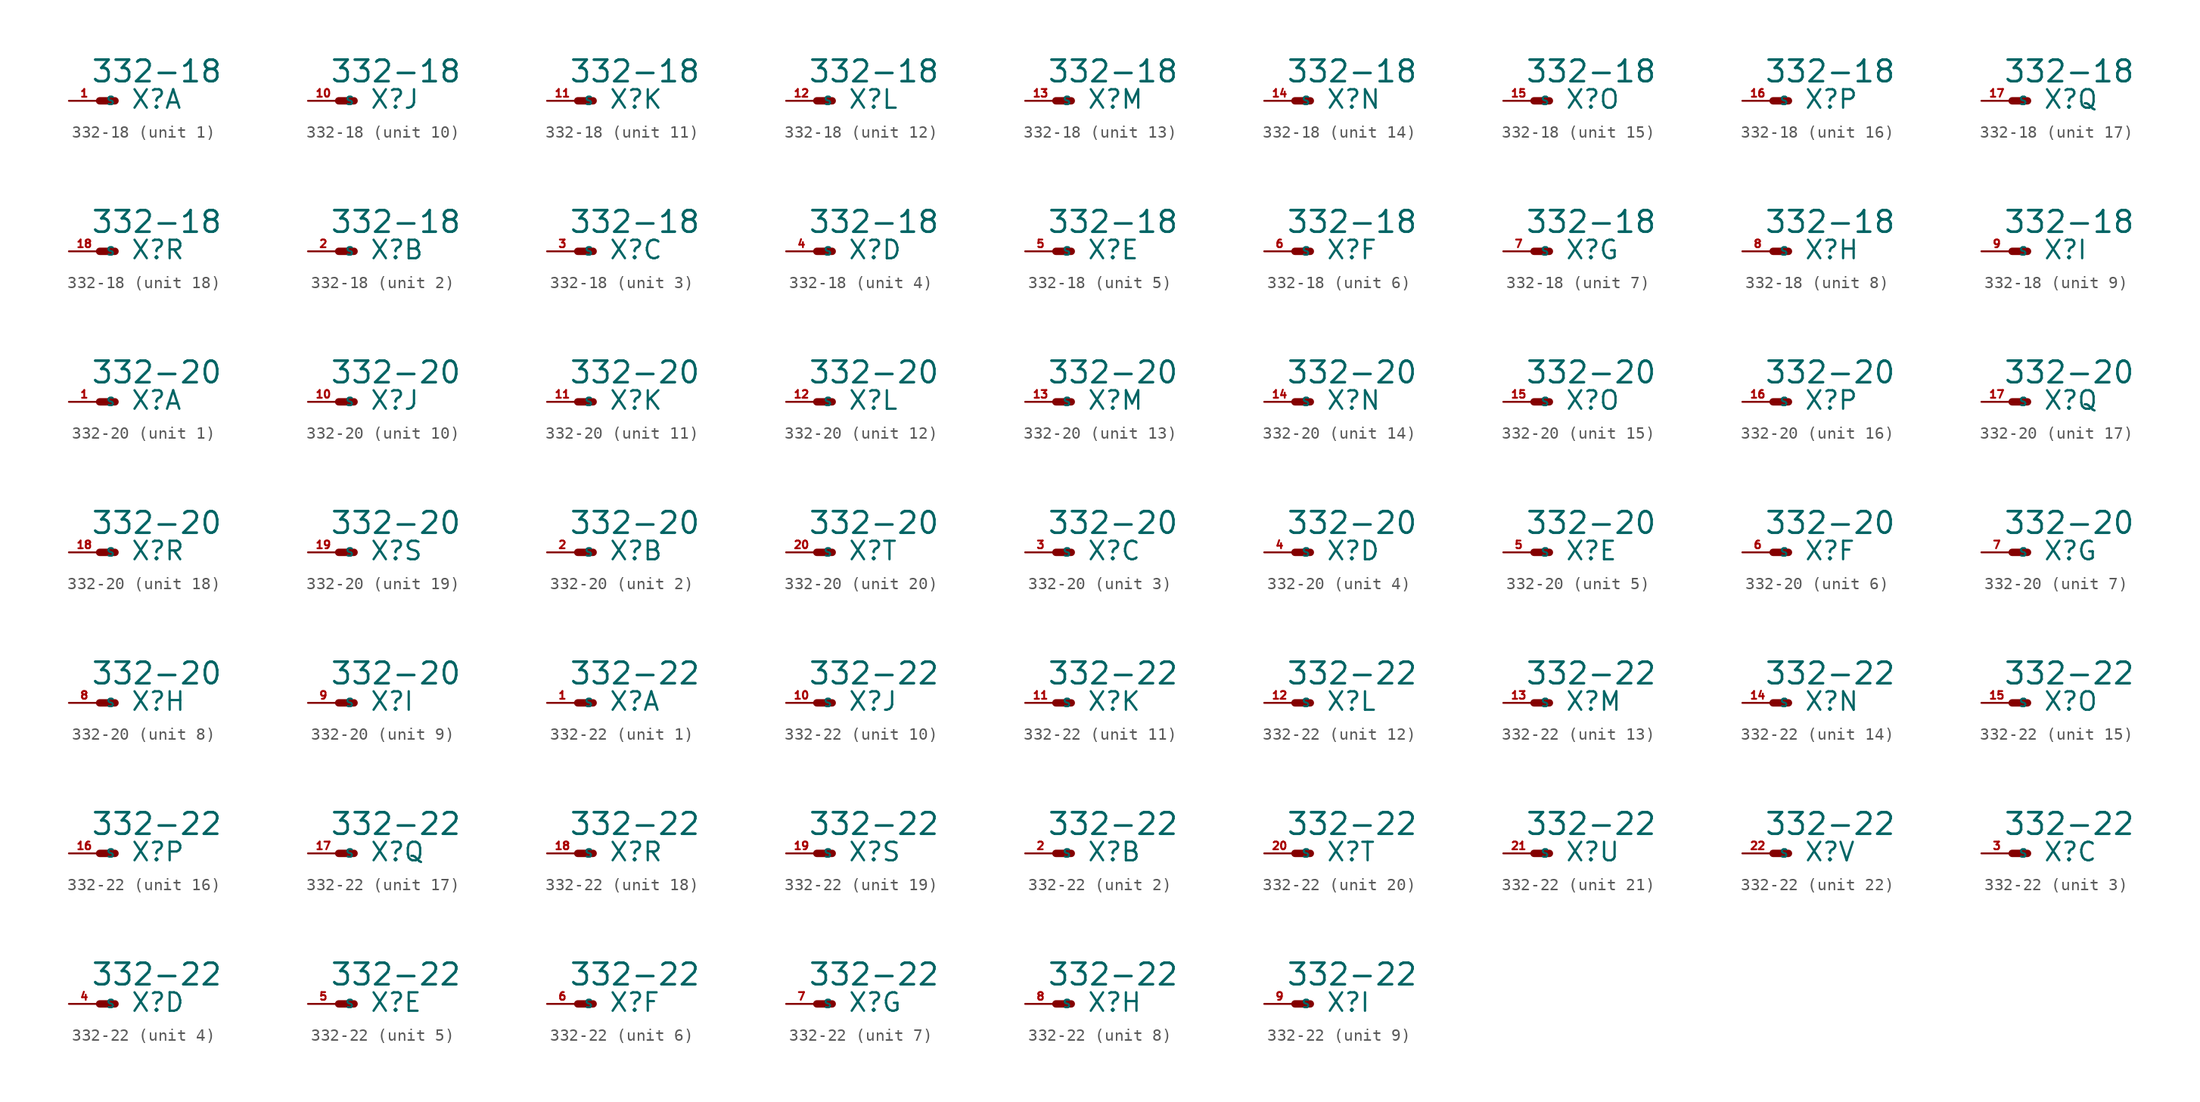
<source format=kicad_sym>
(kicad_symbol_lib
  (version 20220914)
  (generator Eagle2Kicad)
  (symbol "332-18"
    (property "Reference" "X"
      (at 2.54 -0.762 0)
      (effects (font (size 1.524 1.524) (thickness 0.19)) (justify left bottom)))
    (property "Value" "332-18"
      (at -0.762 1.397 0)
      (effects (font (size 1.778 1.778) (thickness 0.22)) (justify left bottom)))
    (symbol "332-18_1_0"
      (polyline (pts (xy 1.27 0) (xy 0 0)) (stroke (width 0.61) (type default)) (fill (type none)))
      (pin passive line (at -2.54 0 0) (length 2.54) (name "S" (effects (font (size 0.635 0.635) (thickness 0.08)) (justify left bottom))) (number "1" (effects (font (size 0.635 0.635) (thickness 0.08)) (justify left bottom)))))
    (symbol "332-18_2_0"
      (polyline (pts (xy 1.27 0) (xy 0 0)) (stroke (width 0.61) (type default)) (fill (type none)))
      (pin passive line (at -2.54 0 0) (length 2.54) (name "S" (effects (font (size 0.635 0.635) (thickness 0.08)) (justify left bottom))) (number "2" (effects (font (size 0.635 0.635) (thickness 0.08)) (justify left bottom)))))
    (symbol "332-18_3_0"
      (polyline (pts (xy 1.27 0) (xy 0 0)) (stroke (width 0.61) (type default)) (fill (type none)))
      (pin passive line (at -2.54 0 0) (length 2.54) (name "S" (effects (font (size 0.635 0.635) (thickness 0.08)) (justify left bottom))) (number "3" (effects (font (size 0.635 0.635) (thickness 0.08)) (justify left bottom)))))
    (symbol "332-18_4_0"
      (polyline (pts (xy 1.27 0) (xy 0 0)) (stroke (width 0.61) (type default)) (fill (type none)))
      (pin passive line (at -2.54 0 0) (length 2.54) (name "S" (effects (font (size 0.635 0.635) (thickness 0.08)) (justify left bottom))) (number "4" (effects (font (size 0.635 0.635) (thickness 0.08)) (justify left bottom)))))
    (symbol "332-18_5_0"
      (polyline (pts (xy 1.27 0) (xy 0 0)) (stroke (width 0.61) (type default)) (fill (type none)))
      (pin passive line (at -2.54 0 0) (length 2.54) (name "S" (effects (font (size 0.635 0.635) (thickness 0.08)) (justify left bottom))) (number "5" (effects (font (size 0.635 0.635) (thickness 0.08)) (justify left bottom)))))
    (symbol "332-18_6_0"
      (polyline (pts (xy 1.27 0) (xy 0 0)) (stroke (width 0.61) (type default)) (fill (type none)))
      (pin passive line (at -2.54 0 0) (length 2.54) (name "S" (effects (font (size 0.635 0.635) (thickness 0.08)) (justify left bottom))) (number "6" (effects (font (size 0.635 0.635) (thickness 0.08)) (justify left bottom)))))
    (symbol "332-18_7_0"
      (polyline (pts (xy 1.27 0) (xy 0 0)) (stroke (width 0.61) (type default)) (fill (type none)))
      (pin passive line (at -2.54 0 0) (length 2.54) (name "S" (effects (font (size 0.635 0.635) (thickness 0.08)) (justify left bottom))) (number "7" (effects (font (size 0.635 0.635) (thickness 0.08)) (justify left bottom)))))
    (symbol "332-18_8_0"
      (polyline (pts (xy 1.27 0) (xy 0 0)) (stroke (width 0.61) (type default)) (fill (type none)))
      (pin passive line (at -2.54 0 0) (length 2.54) (name "S" (effects (font (size 0.635 0.635) (thickness 0.08)) (justify left bottom))) (number "8" (effects (font (size 0.635 0.635) (thickness 0.08)) (justify left bottom)))))
    (symbol "332-18_9_0"
      (polyline (pts (xy 1.27 0) (xy 0 0)) (stroke (width 0.61) (type default)) (fill (type none)))
      (pin passive line (at -2.54 0 0) (length 2.54) (name "S" (effects (font (size 0.635 0.635) (thickness 0.08)) (justify left bottom))) (number "9" (effects (font (size 0.635 0.635) (thickness 0.08)) (justify left bottom)))))
    (symbol "332-18_10_0"
      (polyline (pts (xy 1.27 0) (xy 0 0)) (stroke (width 0.61) (type default)) (fill (type none)))
      (pin passive line (at -2.54 0 0) (length 2.54) (name "S" (effects (font (size 0.635 0.635) (thickness 0.08)) (justify left bottom))) (number "10" (effects (font (size 0.635 0.635) (thickness 0.08)) (justify left bottom)))))
    (symbol "332-18_11_0"
      (polyline (pts (xy 1.27 0) (xy 0 0)) (stroke (width 0.61) (type default)) (fill (type none)))
      (pin passive line (at -2.54 0 0) (length 2.54) (name "S" (effects (font (size 0.635 0.635) (thickness 0.08)) (justify left bottom))) (number "11" (effects (font (size 0.635 0.635) (thickness 0.08)) (justify left bottom)))))
    (symbol "332-18_12_0"
      (polyline (pts (xy 1.27 0) (xy 0 0)) (stroke (width 0.61) (type default)) (fill (type none)))
      (pin passive line (at -2.54 0 0) (length 2.54) (name "S" (effects (font (size 0.635 0.635) (thickness 0.08)) (justify left bottom))) (number "12" (effects (font (size 0.635 0.635) (thickness 0.08)) (justify left bottom)))))
    (symbol "332-18_13_0"
      (polyline (pts (xy 1.27 0) (xy 0 0)) (stroke (width 0.61) (type default)) (fill (type none)))
      (pin passive line (at -2.54 0 0) (length 2.54) (name "S" (effects (font (size 0.635 0.635) (thickness 0.08)) (justify left bottom))) (number "13" (effects (font (size 0.635 0.635) (thickness 0.08)) (justify left bottom)))))
    (symbol "332-18_14_0"
      (polyline (pts (xy 1.27 0) (xy 0 0)) (stroke (width 0.61) (type default)) (fill (type none)))
      (pin passive line (at -2.54 0 0) (length 2.54) (name "S" (effects (font (size 0.635 0.635) (thickness 0.08)) (justify left bottom))) (number "14" (effects (font (size 0.635 0.635) (thickness 0.08)) (justify left bottom)))))
    (symbol "332-18_15_0"
      (polyline (pts (xy 1.27 0) (xy 0 0)) (stroke (width 0.61) (type default)) (fill (type none)))
      (pin passive line (at -2.54 0 0) (length 2.54) (name "S" (effects (font (size 0.635 0.635) (thickness 0.08)) (justify left bottom))) (number "15" (effects (font (size 0.635 0.635) (thickness 0.08)) (justify left bottom)))))
    (symbol "332-18_16_0"
      (polyline (pts (xy 1.27 0) (xy 0 0)) (stroke (width 0.61) (type default)) (fill (type none)))
      (pin passive line (at -2.54 0 0) (length 2.54) (name "S" (effects (font (size 0.635 0.635) (thickness 0.08)) (justify left bottom))) (number "16" (effects (font (size 0.635 0.635) (thickness 0.08)) (justify left bottom)))))
    (symbol "332-18_17_0"
      (polyline (pts (xy 1.27 0) (xy 0 0)) (stroke (width 0.61) (type default)) (fill (type none)))
      (pin passive line (at -2.54 0 0) (length 2.54) (name "S" (effects (font (size 0.635 0.635) (thickness 0.08)) (justify left bottom))) (number "17" (effects (font (size 0.635 0.635) (thickness 0.08)) (justify left bottom)))))
    (symbol "332-18_18_0"
      (polyline (pts (xy 1.27 0) (xy 0 0)) (stroke (width 0.61) (type default)) (fill (type none)))
      (pin passive line (at -2.54 0 0) (length 2.54) (name "S" (effects (font (size 0.635 0.635) (thickness 0.08)) (justify left bottom))) (number "18" (effects (font (size 0.635 0.635) (thickness 0.08)) (justify left bottom))))))
  (symbol "332-20"
    (property "Reference" "X"
      (at 2.54 -0.762 0)
      (effects (font (size 1.524 1.524) (thickness 0.19)) (justify left bottom)))
    (property "Value" "332-20"
      (at -0.762 1.397 0)
      (effects (font (size 1.778 1.778) (thickness 0.22)) (justify left bottom)))
    (symbol "332-20_1_0"
      (polyline (pts (xy 1.27 0) (xy 0 0)) (stroke (width 0.61) (type default)) (fill (type none)))
      (pin passive line (at -2.54 0 0) (length 2.54) (name "S" (effects (font (size 0.635 0.635) (thickness 0.08)) (justify left bottom))) (number "1" (effects (font (size 0.635 0.635) (thickness 0.08)) (justify left bottom)))))
    (symbol "332-20_2_0"
      (polyline (pts (xy 1.27 0) (xy 0 0)) (stroke (width 0.61) (type default)) (fill (type none)))
      (pin passive line (at -2.54 0 0) (length 2.54) (name "S" (effects (font (size 0.635 0.635) (thickness 0.08)) (justify left bottom))) (number "2" (effects (font (size 0.635 0.635) (thickness 0.08)) (justify left bottom)))))
    (symbol "332-20_3_0"
      (polyline (pts (xy 1.27 0) (xy 0 0)) (stroke (width 0.61) (type default)) (fill (type none)))
      (pin passive line (at -2.54 0 0) (length 2.54) (name "S" (effects (font (size 0.635 0.635) (thickness 0.08)) (justify left bottom))) (number "3" (effects (font (size 0.635 0.635) (thickness 0.08)) (justify left bottom)))))
    (symbol "332-20_4_0"
      (polyline (pts (xy 1.27 0) (xy 0 0)) (stroke (width 0.61) (type default)) (fill (type none)))
      (pin passive line (at -2.54 0 0) (length 2.54) (name "S" (effects (font (size 0.635 0.635) (thickness 0.08)) (justify left bottom))) (number "4" (effects (font (size 0.635 0.635) (thickness 0.08)) (justify left bottom)))))
    (symbol "332-20_5_0"
      (polyline (pts (xy 1.27 0) (xy 0 0)) (stroke (width 0.61) (type default)) (fill (type none)))
      (pin passive line (at -2.54 0 0) (length 2.54) (name "S" (effects (font (size 0.635 0.635) (thickness 0.08)) (justify left bottom))) (number "5" (effects (font (size 0.635 0.635) (thickness 0.08)) (justify left bottom)))))
    (symbol "332-20_6_0"
      (polyline (pts (xy 1.27 0) (xy 0 0)) (stroke (width 0.61) (type default)) (fill (type none)))
      (pin passive line (at -2.54 0 0) (length 2.54) (name "S" (effects (font (size 0.635 0.635) (thickness 0.08)) (justify left bottom))) (number "6" (effects (font (size 0.635 0.635) (thickness 0.08)) (justify left bottom)))))
    (symbol "332-20_7_0"
      (polyline (pts (xy 1.27 0) (xy 0 0)) (stroke (width 0.61) (type default)) (fill (type none)))
      (pin passive line (at -2.54 0 0) (length 2.54) (name "S" (effects (font (size 0.635 0.635) (thickness 0.08)) (justify left bottom))) (number "7" (effects (font (size 0.635 0.635) (thickness 0.08)) (justify left bottom)))))
    (symbol "332-20_8_0"
      (polyline (pts (xy 1.27 0) (xy 0 0)) (stroke (width 0.61) (type default)) (fill (type none)))
      (pin passive line (at -2.54 0 0) (length 2.54) (name "S" (effects (font (size 0.635 0.635) (thickness 0.08)) (justify left bottom))) (number "8" (effects (font (size 0.635 0.635) (thickness 0.08)) (justify left bottom)))))
    (symbol "332-20_9_0"
      (polyline (pts (xy 1.27 0) (xy 0 0)) (stroke (width 0.61) (type default)) (fill (type none)))
      (pin passive line (at -2.54 0 0) (length 2.54) (name "S" (effects (font (size 0.635 0.635) (thickness 0.08)) (justify left bottom))) (number "9" (effects (font (size 0.635 0.635) (thickness 0.08)) (justify left bottom)))))
    (symbol "332-20_10_0"
      (polyline (pts (xy 1.27 0) (xy 0 0)) (stroke (width 0.61) (type default)) (fill (type none)))
      (pin passive line (at -2.54 0 0) (length 2.54) (name "S" (effects (font (size 0.635 0.635) (thickness 0.08)) (justify left bottom))) (number "10" (effects (font (size 0.635 0.635) (thickness 0.08)) (justify left bottom)))))
    (symbol "332-20_11_0"
      (polyline (pts (xy 1.27 0) (xy 0 0)) (stroke (width 0.61) (type default)) (fill (type none)))
      (pin passive line (at -2.54 0 0) (length 2.54) (name "S" (effects (font (size 0.635 0.635) (thickness 0.08)) (justify left bottom))) (number "11" (effects (font (size 0.635 0.635) (thickness 0.08)) (justify left bottom)))))
    (symbol "332-20_12_0"
      (polyline (pts (xy 1.27 0) (xy 0 0)) (stroke (width 0.61) (type default)) (fill (type none)))
      (pin passive line (at -2.54 0 0) (length 2.54) (name "S" (effects (font (size 0.635 0.635) (thickness 0.08)) (justify left bottom))) (number "12" (effects (font (size 0.635 0.635) (thickness 0.08)) (justify left bottom)))))
    (symbol "332-20_13_0"
      (polyline (pts (xy 1.27 0) (xy 0 0)) (stroke (width 0.61) (type default)) (fill (type none)))
      (pin passive line (at -2.54 0 0) (length 2.54) (name "S" (effects (font (size 0.635 0.635) (thickness 0.08)) (justify left bottom))) (number "13" (effects (font (size 0.635 0.635) (thickness 0.08)) (justify left bottom)))))
    (symbol "332-20_14_0"
      (polyline (pts (xy 1.27 0) (xy 0 0)) (stroke (width 0.61) (type default)) (fill (type none)))
      (pin passive line (at -2.54 0 0) (length 2.54) (name "S" (effects (font (size 0.635 0.635) (thickness 0.08)) (justify left bottom))) (number "14" (effects (font (size 0.635 0.635) (thickness 0.08)) (justify left bottom)))))
    (symbol "332-20_15_0"
      (polyline (pts (xy 1.27 0) (xy 0 0)) (stroke (width 0.61) (type default)) (fill (type none)))
      (pin passive line (at -2.54 0 0) (length 2.54) (name "S" (effects (font (size 0.635 0.635) (thickness 0.08)) (justify left bottom))) (number "15" (effects (font (size 0.635 0.635) (thickness 0.08)) (justify left bottom)))))
    (symbol "332-20_16_0"
      (polyline (pts (xy 1.27 0) (xy 0 0)) (stroke (width 0.61) (type default)) (fill (type none)))
      (pin passive line (at -2.54 0 0) (length 2.54) (name "S" (effects (font (size 0.635 0.635) (thickness 0.08)) (justify left bottom))) (number "16" (effects (font (size 0.635 0.635) (thickness 0.08)) (justify left bottom)))))
    (symbol "332-20_17_0"
      (polyline (pts (xy 1.27 0) (xy 0 0)) (stroke (width 0.61) (type default)) (fill (type none)))
      (pin passive line (at -2.54 0 0) (length 2.54) (name "S" (effects (font (size 0.635 0.635) (thickness 0.08)) (justify left bottom))) (number "17" (effects (font (size 0.635 0.635) (thickness 0.08)) (justify left bottom)))))
    (symbol "332-20_18_0"
      (polyline (pts (xy 1.27 0) (xy 0 0)) (stroke (width 0.61) (type default)) (fill (type none)))
      (pin passive line (at -2.54 0 0) (length 2.54) (name "S" (effects (font (size 0.635 0.635) (thickness 0.08)) (justify left bottom))) (number "18" (effects (font (size 0.635 0.635) (thickness 0.08)) (justify left bottom)))))
    (symbol "332-20_19_0"
      (polyline (pts (xy 1.27 0) (xy 0 0)) (stroke (width 0.61) (type default)) (fill (type none)))
      (pin passive line (at -2.54 0 0) (length 2.54) (name "S" (effects (font (size 0.635 0.635) (thickness 0.08)) (justify left bottom))) (number "19" (effects (font (size 0.635 0.635) (thickness 0.08)) (justify left bottom)))))
    (symbol "332-20_20_0"
      (polyline (pts (xy 1.27 0) (xy 0 0)) (stroke (width 0.61) (type default)) (fill (type none)))
      (pin passive line (at -2.54 0 0) (length 2.54) (name "S" (effects (font (size 0.635 0.635) (thickness 0.08)) (justify left bottom))) (number "20" (effects (font (size 0.635 0.635) (thickness 0.08)) (justify left bottom))))))
  (symbol "332-22"
    (property "Reference" "X"
      (at 2.54 -0.762 0)
      (effects (font (size 1.524 1.524) (thickness 0.19)) (justify left bottom)))
    (property "Value" "332-22"
      (at -0.762 1.397 0)
      (effects (font (size 1.778 1.778) (thickness 0.22)) (justify left bottom)))
    (symbol "332-22_1_0"
      (polyline (pts (xy 1.27 0) (xy 0 0)) (stroke (width 0.61) (type default)) (fill (type none)))
      (pin passive line (at -2.54 0 0) (length 2.54) (name "S" (effects (font (size 0.635 0.635) (thickness 0.08)) (justify left bottom))) (number "1" (effects (font (size 0.635 0.635) (thickness 0.08)) (justify left bottom)))))
    (symbol "332-22_2_0"
      (polyline (pts (xy 1.27 0) (xy 0 0)) (stroke (width 0.61) (type default)) (fill (type none)))
      (pin passive line (at -2.54 0 0) (length 2.54) (name "S" (effects (font (size 0.635 0.635) (thickness 0.08)) (justify left bottom))) (number "2" (effects (font (size 0.635 0.635) (thickness 0.08)) (justify left bottom)))))
    (symbol "332-22_3_0"
      (polyline (pts (xy 1.27 0) (xy 0 0)) (stroke (width 0.61) (type default)) (fill (type none)))
      (pin passive line (at -2.54 0 0) (length 2.54) (name "S" (effects (font (size 0.635 0.635) (thickness 0.08)) (justify left bottom))) (number "3" (effects (font (size 0.635 0.635) (thickness 0.08)) (justify left bottom)))))
    (symbol "332-22_4_0"
      (polyline (pts (xy 1.27 0) (xy 0 0)) (stroke (width 0.61) (type default)) (fill (type none)))
      (pin passive line (at -2.54 0 0) (length 2.54) (name "S" (effects (font (size 0.635 0.635) (thickness 0.08)) (justify left bottom))) (number "4" (effects (font (size 0.635 0.635) (thickness 0.08)) (justify left bottom)))))
    (symbol "332-22_5_0"
      (polyline (pts (xy 1.27 0) (xy 0 0)) (stroke (width 0.61) (type default)) (fill (type none)))
      (pin passive line (at -2.54 0 0) (length 2.54) (name "S" (effects (font (size 0.635 0.635) (thickness 0.08)) (justify left bottom))) (number "5" (effects (font (size 0.635 0.635) (thickness 0.08)) (justify left bottom)))))
    (symbol "332-22_6_0"
      (polyline (pts (xy 1.27 0) (xy 0 0)) (stroke (width 0.61) (type default)) (fill (type none)))
      (pin passive line (at -2.54 0 0) (length 2.54) (name "S" (effects (font (size 0.635 0.635) (thickness 0.08)) (justify left bottom))) (number "6" (effects (font (size 0.635 0.635) (thickness 0.08)) (justify left bottom)))))
    (symbol "332-22_7_0"
      (polyline (pts (xy 1.27 0) (xy 0 0)) (stroke (width 0.61) (type default)) (fill (type none)))
      (pin passive line (at -2.54 0 0) (length 2.54) (name "S" (effects (font (size 0.635 0.635) (thickness 0.08)) (justify left bottom))) (number "7" (effects (font (size 0.635 0.635) (thickness 0.08)) (justify left bottom)))))
    (symbol "332-22_8_0"
      (polyline (pts (xy 1.27 0) (xy 0 0)) (stroke (width 0.61) (type default)) (fill (type none)))
      (pin passive line (at -2.54 0 0) (length 2.54) (name "S" (effects (font (size 0.635 0.635) (thickness 0.08)) (justify left bottom))) (number "8" (effects (font (size 0.635 0.635) (thickness 0.08)) (justify left bottom)))))
    (symbol "332-22_9_0"
      (polyline (pts (xy 1.27 0) (xy 0 0)) (stroke (width 0.61) (type default)) (fill (type none)))
      (pin passive line (at -2.54 0 0) (length 2.54) (name "S" (effects (font (size 0.635 0.635) (thickness 0.08)) (justify left bottom))) (number "9" (effects (font (size 0.635 0.635) (thickness 0.08)) (justify left bottom)))))
    (symbol "332-22_10_0"
      (polyline (pts (xy 1.27 0) (xy 0 0)) (stroke (width 0.61) (type default)) (fill (type none)))
      (pin passive line (at -2.54 0 0) (length 2.54) (name "S" (effects (font (size 0.635 0.635) (thickness 0.08)) (justify left bottom))) (number "10" (effects (font (size 0.635 0.635) (thickness 0.08)) (justify left bottom)))))
    (symbol "332-22_11_0"
      (polyline (pts (xy 1.27 0) (xy 0 0)) (stroke (width 0.61) (type default)) (fill (type none)))
      (pin passive line (at -2.54 0 0) (length 2.54) (name "S" (effects (font (size 0.635 0.635) (thickness 0.08)) (justify left bottom))) (number "11" (effects (font (size 0.635 0.635) (thickness 0.08)) (justify left bottom)))))
    (symbol "332-22_12_0"
      (polyline (pts (xy 1.27 0) (xy 0 0)) (stroke (width 0.61) (type default)) (fill (type none)))
      (pin passive line (at -2.54 0 0) (length 2.54) (name "S" (effects (font (size 0.635 0.635) (thickness 0.08)) (justify left bottom))) (number "12" (effects (font (size 0.635 0.635) (thickness 0.08)) (justify left bottom)))))
    (symbol "332-22_13_0"
      (polyline (pts (xy 1.27 0) (xy 0 0)) (stroke (width 0.61) (type default)) (fill (type none)))
      (pin passive line (at -2.54 0 0) (length 2.54) (name "S" (effects (font (size 0.635 0.635) (thickness 0.08)) (justify left bottom))) (number "13" (effects (font (size 0.635 0.635) (thickness 0.08)) (justify left bottom)))))
    (symbol "332-22_14_0"
      (polyline (pts (xy 1.27 0) (xy 0 0)) (stroke (width 0.61) (type default)) (fill (type none)))
      (pin passive line (at -2.54 0 0) (length 2.54) (name "S" (effects (font (size 0.635 0.635) (thickness 0.08)) (justify left bottom))) (number "14" (effects (font (size 0.635 0.635) (thickness 0.08)) (justify left bottom)))))
    (symbol "332-22_15_0"
      (polyline (pts (xy 1.27 0) (xy 0 0)) (stroke (width 0.61) (type default)) (fill (type none)))
      (pin passive line (at -2.54 0 0) (length 2.54) (name "S" (effects (font (size 0.635 0.635) (thickness 0.08)) (justify left bottom))) (number "15" (effects (font (size 0.635 0.635) (thickness 0.08)) (justify left bottom)))))
    (symbol "332-22_16_0"
      (polyline (pts (xy 1.27 0) (xy 0 0)) (stroke (width 0.61) (type default)) (fill (type none)))
      (pin passive line (at -2.54 0 0) (length 2.54) (name "S" (effects (font (size 0.635 0.635) (thickness 0.08)) (justify left bottom))) (number "16" (effects (font (size 0.635 0.635) (thickness 0.08)) (justify left bottom)))))
    (symbol "332-22_17_0"
      (polyline (pts (xy 1.27 0) (xy 0 0)) (stroke (width 0.61) (type default)) (fill (type none)))
      (pin passive line (at -2.54 0 0) (length 2.54) (name "S" (effects (font (size 0.635 0.635) (thickness 0.08)) (justify left bottom))) (number "17" (effects (font (size 0.635 0.635) (thickness 0.08)) (justify left bottom)))))
    (symbol "332-22_18_0"
      (polyline (pts (xy 1.27 0) (xy 0 0)) (stroke (width 0.61) (type default)) (fill (type none)))
      (pin passive line (at -2.54 0 0) (length 2.54) (name "S" (effects (font (size 0.635 0.635) (thickness 0.08)) (justify left bottom))) (number "18" (effects (font (size 0.635 0.635) (thickness 0.08)) (justify left bottom)))))
    (symbol "332-22_19_0"
      (polyline (pts (xy 1.27 0) (xy 0 0)) (stroke (width 0.61) (type default)) (fill (type none)))
      (pin passive line (at -2.54 0 0) (length 2.54) (name "S" (effects (font (size 0.635 0.635) (thickness 0.08)) (justify left bottom))) (number "19" (effects (font (size 0.635 0.635) (thickness 0.08)) (justify left bottom)))))
    (symbol "332-22_20_0"
      (polyline (pts (xy 1.27 0) (xy 0 0)) (stroke (width 0.61) (type default)) (fill (type none)))
      (pin passive line (at -2.54 0 0) (length 2.54) (name "S" (effects (font (size 0.635 0.635) (thickness 0.08)) (justify left bottom))) (number "20" (effects (font (size 0.635 0.635) (thickness 0.08)) (justify left bottom)))))
    (symbol "332-22_21_0"
      (polyline (pts (xy 1.27 0) (xy 0 0)) (stroke (width 0.61) (type default)) (fill (type none)))
      (pin passive line (at -2.54 0 0) (length 2.54) (name "S" (effects (font (size 0.635 0.635) (thickness 0.08)) (justify left bottom))) (number "21" (effects (font (size 0.635 0.635) (thickness 0.08)) (justify left bottom)))))
    (symbol "332-22_22_0"
      (polyline (pts (xy 1.27 0) (xy 0 0)) (stroke (width 0.61) (type default)) (fill (type none)))
      (pin passive line (at -2.54 0 0) (length 2.54) (name "S" (effects (font (size 0.635 0.635) (thickness 0.08)) (justify left bottom))) (number "22" (effects (font (size 0.635 0.635) (thickness 0.08)) (justify left bottom)))))))
</source>
